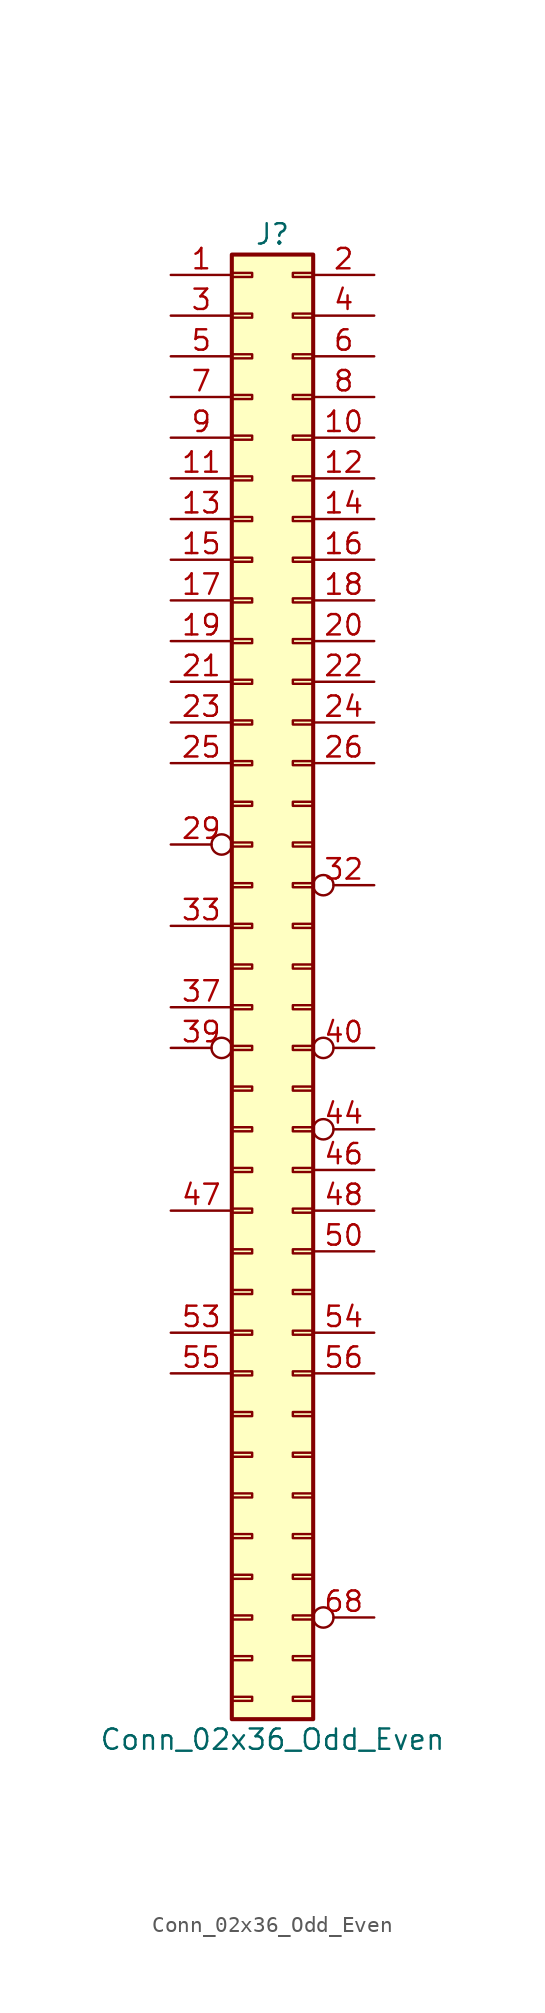
<source format=kicad_sym>
(kicad_symbol_lib
  (version 20211014)
  (generator kicad_symbol_editor)
  (symbol "Conn_02x36_Odd_Even"
    (pin_names
      (offset 1.016) hide)
    (property "Reference" "J"
      (at 1.27 45.72 0)
      (effects (font (size 1.27 1.27))))
    (property "Value" "Conn_02x36_Odd_Even"
      (at 1.27 -48.26 0)
      (effects (font (size 1.27 1.27))))
    (symbol "Conn_02x36_Odd_Even_1_1"
      (rectangle (start -1.27 -45.593) (end 0 -45.847) (stroke (width 0.152) (type default) (color 0 0 0 0)) (fill (type none)))
      (rectangle (start -1.27 -43.053) (end 0 -43.307) (stroke (width 0.152) (type default) (color 0 0 0 0)) (fill (type none)))
      (rectangle (start -1.27 -40.513) (end 0 -40.767) (stroke (width 0.152) (type default) (color 0 0 0 0)) (fill (type none)))
      (rectangle (start -1.27 -37.973) (end 0 -38.227) (stroke (width 0.152) (type default) (color 0 0 0 0)) (fill (type none)))
      (rectangle (start -1.27 -35.433) (end 0 -35.687) (stroke (width 0.152) (type default) (color 0 0 0 0)) (fill (type none)))
      (rectangle (start -1.27 -32.893) (end 0 -33.147) (stroke (width 0.152) (type default) (color 0 0 0 0)) (fill (type none)))
      (rectangle (start -1.27 -30.353) (end 0 -30.607) (stroke (width 0.152) (type default) (color 0 0 0 0)) (fill (type none)))
      (rectangle (start -1.27 -27.813) (end 0 -28.067) (stroke (width 0.152) (type default) (color 0 0 0 0)) (fill (type none)))
      (rectangle (start -1.27 -25.273) (end 0 -25.527) (stroke (width 0.152) (type default) (color 0 0 0 0)) (fill (type none)))
      (rectangle (start -1.27 -22.733) (end 0 -22.987) (stroke (width 0.152) (type default) (color 0 0 0 0)) (fill (type none)))
      (rectangle (start -1.27 -20.193) (end 0 -20.447) (stroke (width 0.152) (type default) (color 0 0 0 0)) (fill (type none)))
      (rectangle (start -1.27 -17.653) (end 0 -17.907) (stroke (width 0.152) (type default) (color 0 0 0 0)) (fill (type none)))
      (rectangle (start -1.27 -15.113) (end 0 -15.367) (stroke (width 0.152) (type default) (color 0 0 0 0)) (fill (type none)))
      (rectangle (start -1.27 -12.573) (end 0 -12.827) (stroke (width 0.152) (type default) (color 0 0 0 0)) (fill (type none)))
      (rectangle (start -1.27 -10.033) (end 0 -10.287) (stroke (width 0.152) (type default) (color 0 0 0 0)) (fill (type none)))
      (rectangle (start -1.27 -7.493) (end 0 -7.747) (stroke (width 0.152) (type default) (color 0 0 0 0)) (fill (type none)))
      (rectangle (start -1.27 -4.953) (end 0 -5.207) (stroke (width 0.152) (type default) (color 0 0 0 0)) (fill (type none)))
      (rectangle (start -1.27 -2.413) (end 0 -2.667) (stroke (width 0.152) (type default) (color 0 0 0 0)) (fill (type none)))
      (rectangle (start -1.27 0.127) (end 0 -0.127) (stroke (width 0.152) (type default) (color 0 0 0 0)) (fill (type none)))
      (rectangle (start -1.27 2.667) (end 0 2.413) (stroke (width 0.152) (type default) (color 0 0 0 0)) (fill (type none)))
      (rectangle (start -1.27 5.207) (end 0 4.953) (stroke (width 0.152) (type default) (color 0 0 0 0)) (fill (type none)))
      (rectangle (start -1.27 7.747) (end 0 7.493) (stroke (width 0.152) (type default) (color 0 0 0 0)) (fill (type none)))
      (rectangle (start -1.27 10.287) (end 0 10.033) (stroke (width 0.152) (type default) (color 0 0 0 0)) (fill (type none)))
      (rectangle (start -1.27 12.827) (end 0 12.573) (stroke (width 0.152) (type default) (color 0 0 0 0)) (fill (type none)))
      (rectangle (start -1.27 15.367) (end 0 15.113) (stroke (width 0.152) (type default) (color 0 0 0 0)) (fill (type none)))
      (rectangle (start -1.27 17.907) (end 0 17.653) (stroke (width 0.152) (type default) (color 0 0 0 0)) (fill (type none)))
      (rectangle (start -1.27 20.447) (end 0 20.193) (stroke (width 0.152) (type default) (color 0 0 0 0)) (fill (type none)))
      (rectangle (start -1.27 22.987) (end 0 22.733) (stroke (width 0.152) (type default) (color 0 0 0 0)) (fill (type none)))
      (rectangle (start -1.27 25.527) (end 0 25.273) (stroke (width 0.152) (type default) (color 0 0 0 0)) (fill (type none)))
      (rectangle (start -1.27 28.067) (end 0 27.813) (stroke (width 0.152) (type default) (color 0 0 0 0)) (fill (type none)))
      (rectangle (start -1.27 30.607) (end 0 30.353) (stroke (width 0.152) (type default) (color 0 0 0 0)) (fill (type none)))
      (rectangle (start -1.27 33.147) (end 0 32.893) (stroke (width 0.152) (type default) (color 0 0 0 0)) (fill (type none)))
      (rectangle (start -1.27 35.687) (end 0 35.433) (stroke (width 0.152) (type default) (color 0 0 0 0)) (fill (type none)))
      (rectangle (start -1.27 38.227) (end 0 37.973) (stroke (width 0.152) (type default) (color 0 0 0 0)) (fill (type none)))
      (rectangle (start -1.27 40.767) (end 0 40.513) (stroke (width 0.152) (type default) (color 0 0 0 0)) (fill (type none)))
      (rectangle (start -1.27 43.307) (end 0 43.053) (stroke (width 0.152) (type default) (color 0 0 0 0)) (fill (type none)))
      (rectangle (start -1.27 44.45) (end 3.81 -46.99) (stroke (width 0.254) (type default) (color 0 0 0 0)) (fill (type background)))
      (rectangle (start 3.81 -45.593) (end 2.54 -45.847) (stroke (width 0.152) (type default) (color 0 0 0 0)) (fill (type none)))
      (rectangle (start 3.81 -43.053) (end 2.54 -43.307) (stroke (width 0.152) (type default) (color 0 0 0 0)) (fill (type none)))
      (rectangle (start 3.81 -40.513) (end 2.54 -40.767) (stroke (width 0.152) (type default) (color 0 0 0 0)) (fill (type none)))
      (rectangle (start 3.81 -37.973) (end 2.54 -38.227) (stroke (width 0.152) (type default) (color 0 0 0 0)) (fill (type none)))
      (rectangle (start 3.81 -35.433) (end 2.54 -35.687) (stroke (width 0.152) (type default) (color 0 0 0 0)) (fill (type none)))
      (rectangle (start 3.81 -32.893) (end 2.54 -33.147) (stroke (width 0.152) (type default) (color 0 0 0 0)) (fill (type none)))
      (rectangle (start 3.81 -30.353) (end 2.54 -30.607) (stroke (width 0.152) (type default) (color 0 0 0 0)) (fill (type none)))
      (rectangle (start 3.81 -27.813) (end 2.54 -28.067) (stroke (width 0.152) (type default) (color 0 0 0 0)) (fill (type none)))
      (rectangle (start 3.81 -25.273) (end 2.54 -25.527) (stroke (width 0.152) (type default) (color 0 0 0 0)) (fill (type none)))
      (rectangle (start 3.81 -22.733) (end 2.54 -22.987) (stroke (width 0.152) (type default) (color 0 0 0 0)) (fill (type none)))
      (rectangle (start 3.81 -20.193) (end 2.54 -20.447) (stroke (width 0.152) (type default) (color 0 0 0 0)) (fill (type none)))
      (rectangle (start 3.81 -17.653) (end 2.54 -17.907) (stroke (width 0.152) (type default) (color 0 0 0 0)) (fill (type none)))
      (rectangle (start 3.81 -15.113) (end 2.54 -15.367) (stroke (width 0.152) (type default) (color 0 0 0 0)) (fill (type none)))
      (rectangle (start 3.81 -12.573) (end 2.54 -12.827) (stroke (width 0.152) (type default) (color 0 0 0 0)) (fill (type none)))
      (rectangle (start 3.81 -10.033) (end 2.54 -10.287) (stroke (width 0.152) (type default) (color 0 0 0 0)) (fill (type none)))
      (rectangle (start 3.81 -7.493) (end 2.54 -7.747) (stroke (width 0.152) (type default) (color 0 0 0 0)) (fill (type none)))
      (rectangle (start 3.81 -4.953) (end 2.54 -5.207) (stroke (width 0.152) (type default) (color 0 0 0 0)) (fill (type none)))
      (rectangle (start 3.81 -2.413) (end 2.54 -2.667) (stroke (width 0.152) (type default) (color 0 0 0 0)) (fill (type none)))
      (rectangle (start 3.81 0.127) (end 2.54 -0.127) (stroke (width 0.152) (type default) (color 0 0 0 0)) (fill (type none)))
      (rectangle (start 3.81 2.667) (end 2.54 2.413) (stroke (width 0.152) (type default) (color 0 0 0 0)) (fill (type none)))
      (rectangle (start 3.81 5.207) (end 2.54 4.953) (stroke (width 0.152) (type default) (color 0 0 0 0)) (fill (type none)))
      (rectangle (start 3.81 7.747) (end 2.54 7.493) (stroke (width 0.152) (type default) (color 0 0 0 0)) (fill (type none)))
      (rectangle (start 3.81 10.287) (end 2.54 10.033) (stroke (width 0.152) (type default) (color 0 0 0 0)) (fill (type none)))
      (rectangle (start 3.81 12.827) (end 2.54 12.573) (stroke (width 0.152) (type default) (color 0 0 0 0)) (fill (type none)))
      (rectangle (start 3.81 15.367) (end 2.54 15.113) (stroke (width 0.152) (type default) (color 0 0 0 0)) (fill (type none)))
      (rectangle (start 3.81 17.907) (end 2.54 17.653) (stroke (width 0.152) (type default) (color 0 0 0 0)) (fill (type none)))
      (rectangle (start 3.81 20.447) (end 2.54 20.193) (stroke (width 0.152) (type default) (color 0 0 0 0)) (fill (type none)))
      (rectangle (start 3.81 22.987) (end 2.54 22.733) (stroke (width 0.152) (type default) (color 0 0 0 0)) (fill (type none)))
      (rectangle (start 3.81 25.527) (end 2.54 25.273) (stroke (width 0.152) (type default) (color 0 0 0 0)) (fill (type none)))
      (rectangle (start 3.81 28.067) (end 2.54 27.813) (stroke (width 0.152) (type default) (color 0 0 0 0)) (fill (type none)))
      (rectangle (start 3.81 30.607) (end 2.54 30.353) (stroke (width 0.152) (type default) (color 0 0 0 0)) (fill (type none)))
      (rectangle (start 3.81 33.147) (end 2.54 32.893) (stroke (width 0.152) (type default) (color 0 0 0 0)) (fill (type none)))
      (rectangle (start 3.81 35.687) (end 2.54 35.433) (stroke (width 0.152) (type default) (color 0 0 0 0)) (fill (type none)))
      (rectangle (start 3.81 38.227) (end 2.54 37.973) (stroke (width 0.152) (type default) (color 0 0 0 0)) (fill (type none)))
      (rectangle (start 3.81 40.767) (end 2.54 40.513) (stroke (width 0.152) (type default) (color 0 0 0 0)) (fill (type none)))
      (rectangle (start 3.81 43.307) (end 2.54 43.053) (stroke (width 0.152) (type default) (color 0 0 0 0)) (fill (type none)))
      (pin power_in line (at -5.08 43.18 0) (length 3.81) (name "Vcc" (effects (font (size 1.27 1.27)))) (number "1" (effects (font (size 1.27 1.27)))))
      (pin bidirectional line (at 7.62 33.02 180) (length 3.81) (name "D7" (effects (font (size 1.27 1.27)))) (number "10" (effects (font (size 1.27 1.27)))))
      (pin passive line (at -5.08 30.48 0) (length 3.81) (name "A0" (effects (font (size 1.27 1.27)))) (number "11" (effects (font (size 1.27 1.27)))))
      (pin passive line (at 7.62 30.48 180) (length 3.81) (name "A1" (effects (font (size 1.27 1.27)))) (number "12" (effects (font (size 1.27 1.27)))))
      (pin passive line (at -5.08 27.94 0) (length 3.81) (name "A2" (effects (font (size 1.27 1.27)))) (number "13" (effects (font (size 1.27 1.27)))))
      (pin passive line (at 7.62 27.94 180) (length 3.81) (name "A3" (effects (font (size 1.27 1.27)))) (number "14" (effects (font (size 1.27 1.27)))))
      (pin passive line (at -5.08 25.4 0) (length 3.81) (name "A4" (effects (font (size 1.27 1.27)))) (number "15" (effects (font (size 1.27 1.27)))))
      (pin passive line (at 7.62 25.4 180) (length 3.81) (name "A5" (effects (font (size 1.27 1.27)))) (number "16" (effects (font (size 1.27 1.27)))))
      (pin passive line (at -5.08 22.86 0) (length 3.81) (name "A6" (effects (font (size 1.27 1.27)))) (number "17" (effects (font (size 1.27 1.27)))))
      (pin passive line (at 7.62 22.86 180) (length 3.81) (name "A7" (effects (font (size 1.27 1.27)))) (number "18" (effects (font (size 1.27 1.27)))))
      (pin passive line (at -5.08 20.32 0) (length 3.81) (name "A8" (effects (font (size 1.27 1.27)))) (number "19" (effects (font (size 1.27 1.27)))))
      (pin power_in line (at 7.62 43.18 180) (length 3.81) (name "GND" (effects (font (size 1.27 1.27)))) (number "2" (effects (font (size 1.27 1.27)))))
      (pin passive line (at 7.62 20.32 180) (length 3.81) (name "A9" (effects (font (size 1.27 1.27)))) (number "20" (effects (font (size 1.27 1.27)))))
      (pin passive line (at -5.08 17.78 0) (length 3.81) (name "A10" (effects (font (size 1.27 1.27)))) (number "21" (effects (font (size 1.27 1.27)))))
      (pin passive line (at 7.62 17.78 180) (length 3.81) (name "A11" (effects (font (size 1.27 1.27)))) (number "22" (effects (font (size 1.27 1.27)))))
      (pin passive line (at -5.08 15.24 0) (length 3.81) (name "A12" (effects (font (size 1.27 1.27)))) (number "23" (effects (font (size 1.27 1.27)))))
      (pin passive line (at 7.62 15.24 180) (length 3.81) (name "A13" (effects (font (size 1.27 1.27)))) (number "24" (effects (font (size 1.27 1.27)))))
      (pin passive line (at -5.08 12.7 0) (length 3.81) (name "A14" (effects (font (size 1.27 1.27)))) (number "25" (effects (font (size 1.27 1.27)))))
      (pin passive line (at 7.62 12.7 180) (length 3.81) (name "A15" (effects (font (size 1.27 1.27)))) (number "26" (effects (font (size 1.27 1.27)))))
      (pin input inverted (at -5.08 7.62 0) (length 3.81) (name "~ROMKIL" (effects (font (size 1.27 1.27)))) (number "29" (effects (font (size 1.27 1.27)))))
      (pin bidirectional line (at -5.08 40.64 0) (length 3.81) (name "D0" (effects (font (size 1.27 1.27)))) (number "3" (effects (font (size 1.27 1.27)))))
      (pin output inverted (at 7.62 5.08 180) (length 3.81) (name "~EX_I/O" (effects (font (size 1.27 1.27)))) (number "32" (effects (font (size 1.27 1.27)))))
      (pin output line (at -5.08 2.54 0) (length 3.81) (name "R/W_OUT" (effects (font (size 1.27 1.27)))) (number "33" (effects (font (size 1.27 1.27)))))
      (pin bidirectional line (at -5.08 -2.54 0) (length 3.81) (name "~RES" (effects (font (size 1.27 1.27)))) (number "37" (effects (font (size 1.27 1.27)))))
      (pin input inverted (at -5.08 -5.08 0) (length 3.81) (name "~IRQ" (effects (font (size 1.27 1.27)))) (number "39" (effects (font (size 1.27 1.27)))))
      (pin bidirectional line (at 7.62 40.64 180) (length 3.81) (name "D1" (effects (font (size 1.27 1.27)))) (number "4" (effects (font (size 1.27 1.27)))))
      (pin input inverted (at 7.62 -5.08 180) (length 3.81) (name "~FIRQ" (effects (font (size 1.27 1.27)))) (number "40" (effects (font (size 1.27 1.27)))))
      (pin output inverted (at 7.62 -10.16 180) (length 3.81) (name "~TMG2" (effects (font (size 1.27 1.27)))) (number "44" (effects (font (size 1.27 1.27)))))
      (pin passive line (at 7.62 -12.7 180) (length 3.81) (name "SOUND_IN" (effects (font (size 1.27 1.27)))) (number "46" (effects (font (size 1.27 1.27)))))
      (pin output line (at -5.08 -15.24 0) (length 3.81) (name "16M_CLK" (effects (font (size 1.27 1.27)))) (number "47" (effects (font (size 1.27 1.27)))))
      (pin power_in line (at 7.62 -15.24 180) (length 3.81) (name "GND" (effects (font (size 1.27 1.27)))) (number "48" (effects (font (size 1.27 1.27)))))
      (pin bidirectional line (at -5.08 38.1 0) (length 3.81) (name "D2" (effects (font (size 1.27 1.27)))) (number "5" (effects (font (size 1.27 1.27)))))
      (pin power_in line (at 7.62 -17.78 180) (length 3.81) (name "GND" (effects (font (size 1.27 1.27)))) (number "50" (effects (font (size 1.27 1.27)))))
      (pin power_in line (at -5.08 -22.86 0) (length 3.81) (name "-12V" (effects (font (size 1.27 1.27)))) (number "53" (effects (font (size 1.27 1.27)))))
      (pin power_in line (at 7.62 -22.86 180) (length 3.81) (name "+12V" (effects (font (size 1.27 1.27)))) (number "54" (effects (font (size 1.27 1.27)))))
      (pin power_in line (at -5.08 -25.4 0) (length 3.81) (name "GND" (effects (font (size 1.27 1.27)))) (number "55" (effects (font (size 1.27 1.27)))))
      (pin power_in line (at 7.62 -25.4 180) (length 3.81) (name "Vcc" (effects (font (size 1.27 1.27)))) (number "56" (effects (font (size 1.27 1.27)))))
      (pin bidirectional line (at 7.62 38.1 180) (length 3.81) (name "D3" (effects (font (size 1.27 1.27)))) (number "6" (effects (font (size 1.27 1.27)))))
      (pin input inverted (at 7.62 -40.64 180) (length 3.81) (name "~S1_IF_SEL" (effects (font (size 1.27 1.27)))) (number "68" (effects (font (size 1.27 1.27)))))
      (pin bidirectional line (at -5.08 35.56 0) (length 3.81) (name "D4" (effects (font (size 1.27 1.27)))) (number "7" (effects (font (size 1.27 1.27)))))
      (pin bidirectional line (at 7.62 35.56 180) (length 3.81) (name "D5" (effects (font (size 1.27 1.27)))) (number "8" (effects (font (size 1.27 1.27)))))
      (pin bidirectional line (at -5.08 33.02 0) (length 3.81) (name "D6" (effects (font (size 1.27 1.27)))) (number "9" (effects (font (size 1.27 1.27))))))))
</source>
